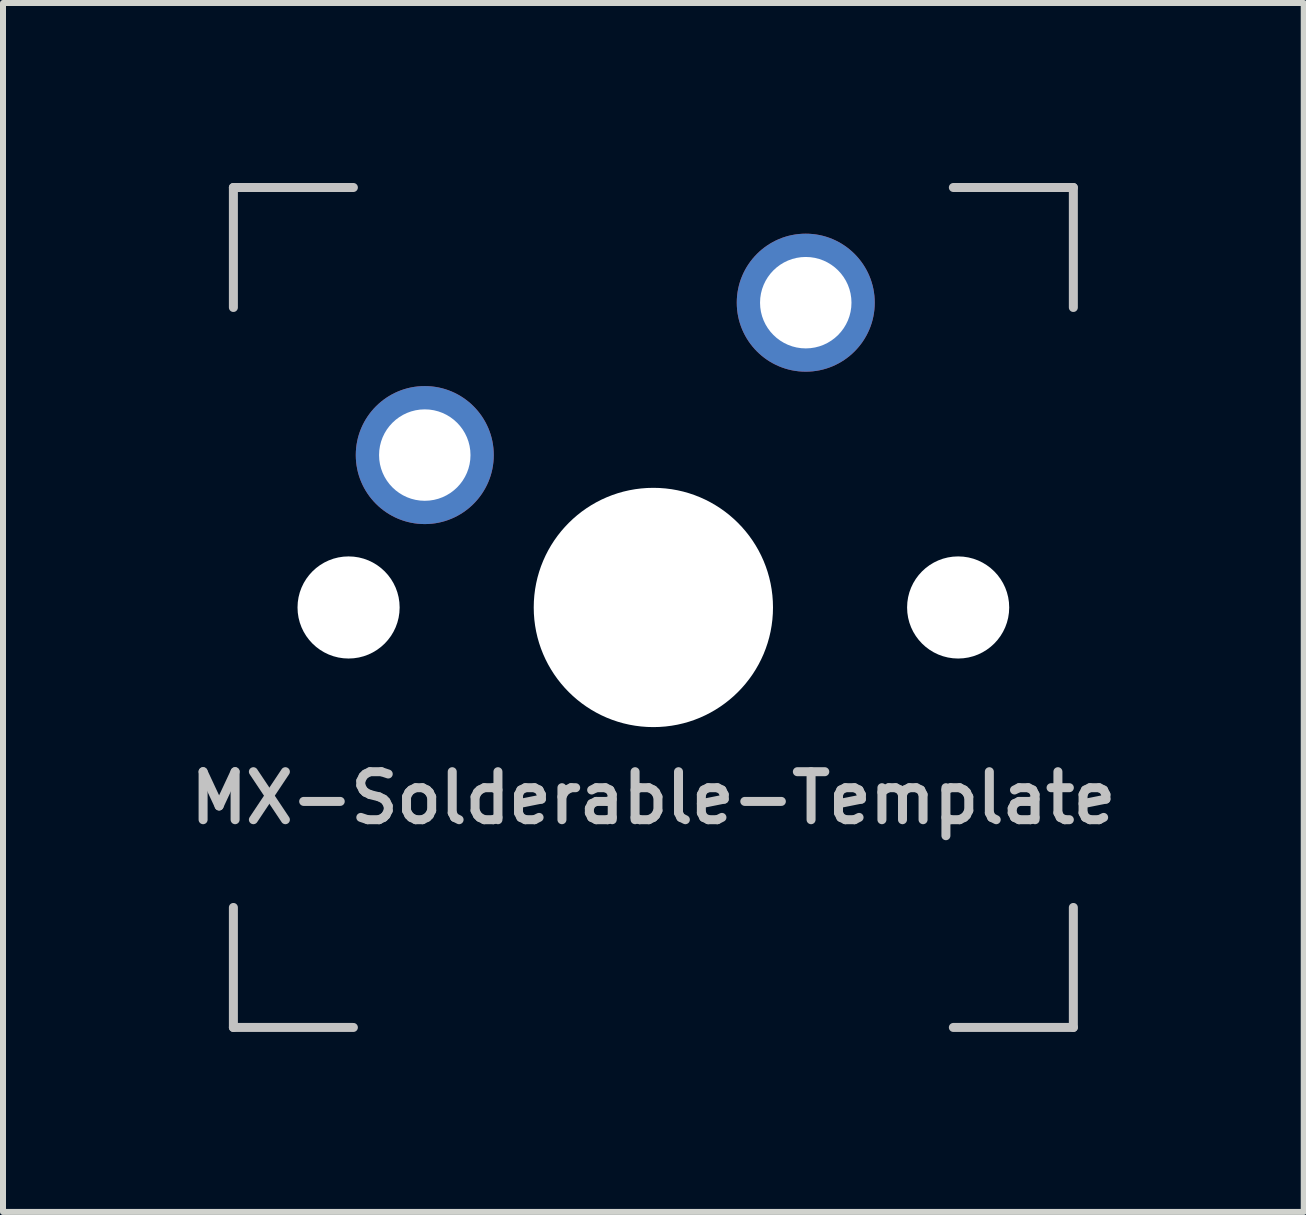
<source format=kicad_pcb>
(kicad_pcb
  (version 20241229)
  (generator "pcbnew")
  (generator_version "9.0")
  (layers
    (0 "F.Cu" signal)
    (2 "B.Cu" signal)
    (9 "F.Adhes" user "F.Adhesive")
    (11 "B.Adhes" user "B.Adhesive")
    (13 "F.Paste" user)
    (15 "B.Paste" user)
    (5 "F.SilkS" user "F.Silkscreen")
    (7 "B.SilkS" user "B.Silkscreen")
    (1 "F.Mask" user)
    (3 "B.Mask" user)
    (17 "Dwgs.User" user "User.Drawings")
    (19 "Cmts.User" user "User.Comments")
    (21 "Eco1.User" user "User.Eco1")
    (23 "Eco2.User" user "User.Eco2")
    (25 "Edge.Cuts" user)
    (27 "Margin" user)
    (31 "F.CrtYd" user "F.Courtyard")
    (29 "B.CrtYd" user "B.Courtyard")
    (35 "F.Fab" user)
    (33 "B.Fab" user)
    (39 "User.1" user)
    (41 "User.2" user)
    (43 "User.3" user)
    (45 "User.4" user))
  (footprint "MX-Solderable-Template"
    (layer "F.Cu")
    (at 7.84 7.075)
    (property "Reference" "MX-Solderable-Template" (at 0 3.175 0) (layer "Dwgs.User") (effects (font (size 0.8 0.8) (thickness 0.15))))
    (attr through_hole)
    (fp_line (start -7 -7) (end -7 -5) (stroke (width 0.15) (type solid)) (layer "Dwgs.User"))
    (fp_line (start -7 5) (end -7 7) (stroke (width 0.15) (type solid)) (layer "Dwgs.User"))
    (fp_line (start -7 7) (end -5 7) (stroke (width 0.15) (type solid)) (layer "Dwgs.User"))
    (fp_line (start -5 -7) (end -7 -7) (stroke (width 0.15) (type solid)) (layer "Dwgs.User"))
    (fp_line (start 5 -7) (end 7 -7) (stroke (width 0.15) (type solid)) (layer "Dwgs.User"))
    (fp_line (start 5 7) (end 7 7) (stroke (width 0.15) (type solid)) (layer "Dwgs.User"))
    (fp_line (start 7 -7) (end 7 -5) (stroke (width 0.15) (type solid)) (layer "Dwgs.User"))
    (fp_line (start 7 7) (end 7 5) (stroke (width 0.15) (type solid)) (layer "Dwgs.User"))
    (pad "" np_thru_hole circle (at -5.08 0 48.099) (size 1.702 1.702) (drill 1.702) (layers "*.Cu" "*.Mask"))
    (pad "" np_thru_hole circle (at 0 0) (size 3.988 3.988) (drill 3.988) (layers "*.Cu" "*.Mask"))
    (pad "" np_thru_hole circle (at 5.08 0 48.099) (size 1.702 1.702) (drill 1.702) (layers "*.Cu" "*.Mask"))
    (pad "1" thru_hole circle (at -3.81 -2.54) (size 2.3 2.3) (drill 1.524) (layers "*.Cu" "*.Mask"))
    (pad "2" thru_hole circle (at 2.54 -5.08) (size 2.3 2.3) (drill 1.524) (layers "*.Cu" "*.Mask")))
  (gr_rect
    (start -3 -3)
    (end 18.68 17.15)
    (stroke (width 0.1) (type default))
    (fill no)
    (layer "Edge.Cuts")))
</source>
